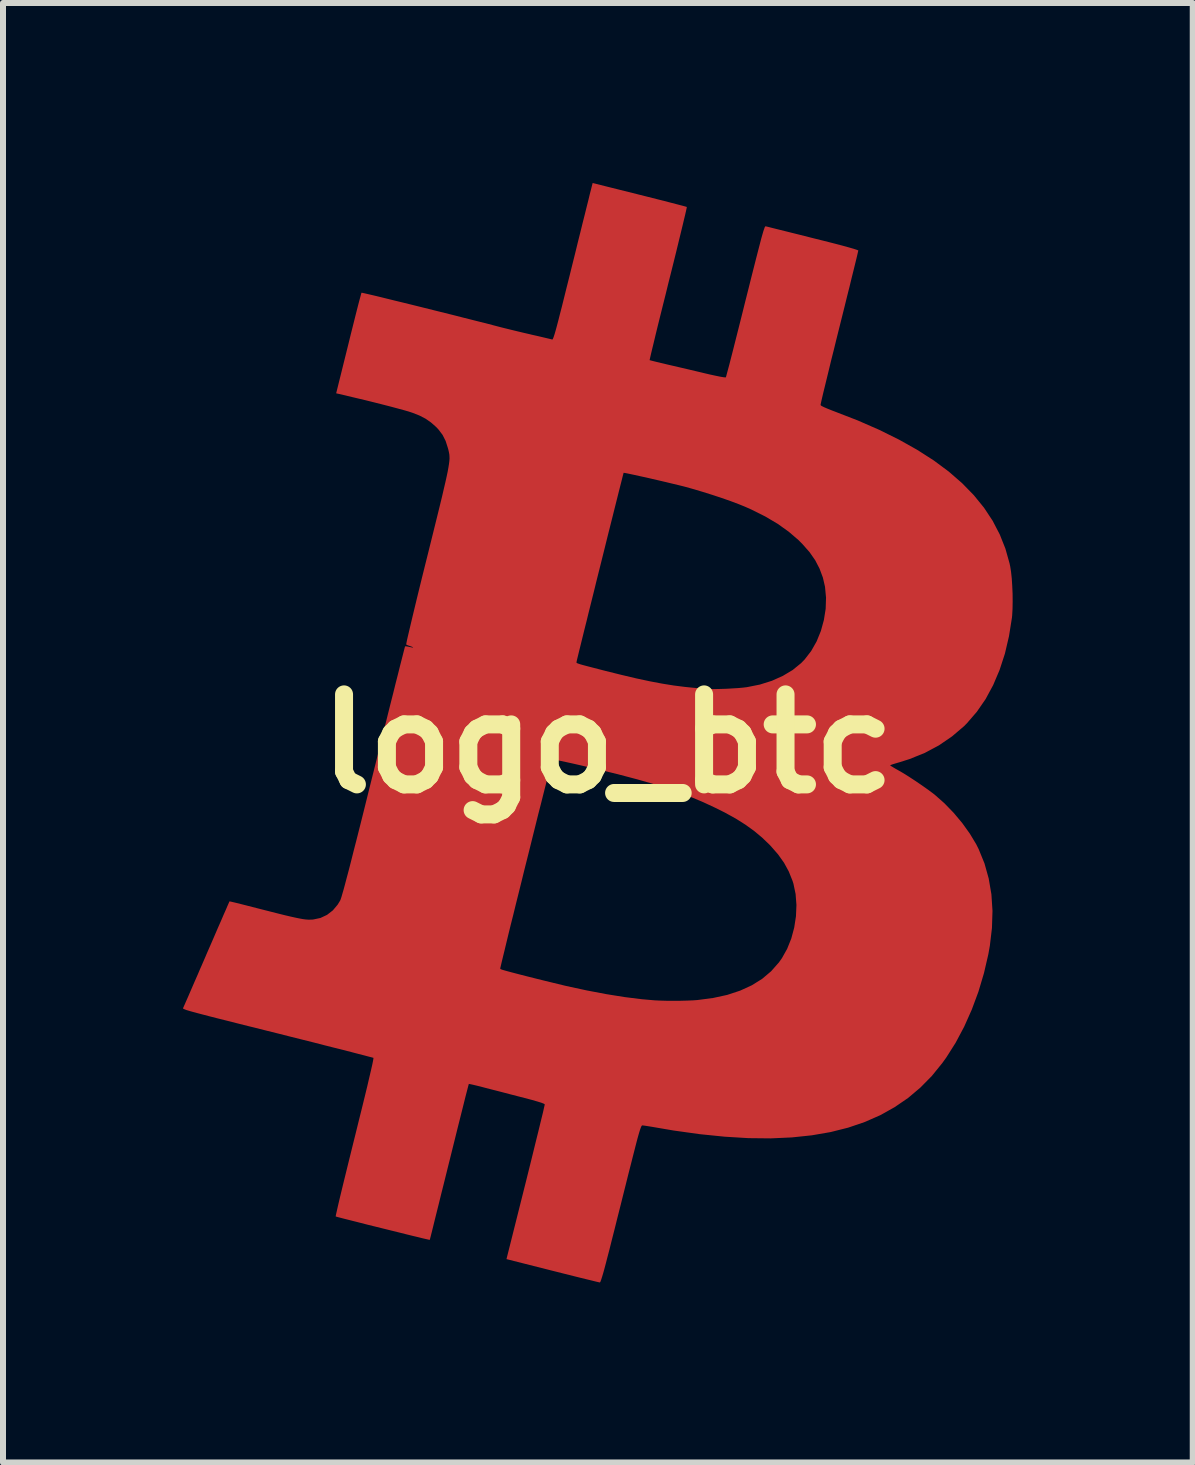
<source format=kicad_pcb>
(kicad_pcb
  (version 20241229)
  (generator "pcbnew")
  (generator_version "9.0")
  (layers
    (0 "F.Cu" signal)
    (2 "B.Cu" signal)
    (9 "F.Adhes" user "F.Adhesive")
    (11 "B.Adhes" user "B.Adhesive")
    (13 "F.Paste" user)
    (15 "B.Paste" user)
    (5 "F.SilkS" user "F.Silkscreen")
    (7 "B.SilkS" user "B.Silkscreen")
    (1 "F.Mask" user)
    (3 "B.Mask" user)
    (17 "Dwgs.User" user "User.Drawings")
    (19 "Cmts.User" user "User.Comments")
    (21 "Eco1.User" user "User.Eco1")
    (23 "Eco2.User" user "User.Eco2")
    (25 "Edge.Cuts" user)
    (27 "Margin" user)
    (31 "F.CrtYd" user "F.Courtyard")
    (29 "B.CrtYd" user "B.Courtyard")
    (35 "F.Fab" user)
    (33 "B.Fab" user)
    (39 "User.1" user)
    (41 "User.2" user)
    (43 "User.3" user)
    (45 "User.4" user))
  (footprint "logo_btc"
    (layer "F.Cu")
    (at 7.076 9.343)
    (property "Reference" "logo_btc" (at 0 0 0) (layer "F.SilkS") (effects (font (size 1.5 1.5) (thickness 0.3))))
    (attr board_only exclude_from_pos_files exclude_from_bom)
    (fp_poly (pts (xy 0.53 -9.148) (xy 0.677 -9.111) (xy 0.815 -9.076) (xy 0.942 -9.044) (xy 1.054 -9.015) (xy 1.15 -8.99) (xy 1.227 -8.97) (xy 1.283 -8.955) (xy 1.314 -8.946) (xy 1.319 -8.944) (xy 1.317 -8.929) (xy 1.308 -8.887) (xy 1.293 -8.821) (xy 1.272 -8.733) (xy 1.246 -8.624) (xy 1.215 -8.497) (xy 1.18 -8.353) (xy 1.142 -8.196) (xy 1.1 -8.026) (xy 1.055 -7.846) (xy 1.01 -7.667) (xy 0.964 -7.479) (xy 0.919 -7.3) (xy 0.877 -7.131) (xy 0.838 -6.974) (xy 0.803 -6.831) (xy 0.773 -6.705) (xy 0.747 -6.598) (xy 0.726 -6.511) (xy 0.711 -6.446) (xy 0.702 -6.406) (xy 0.699 -6.392) (xy 0.715 -6.387) (xy 0.755 -6.377) (xy 0.814 -6.362) (xy 0.888 -6.344) (xy 0.974 -6.324) (xy 0.981 -6.322) (xy 1.081 -6.299) (xy 1.201 -6.271) (xy 1.33 -6.241) (xy 1.461 -6.21) (xy 1.583 -6.181) (xy 1.607 -6.175) (xy 1.714 -6.15) (xy 1.807 -6.13) (xy 1.881 -6.115) (xy 1.935 -6.106) (xy 1.965 -6.104) (xy 1.969 -6.105) (xy 1.975 -6.121) (xy 1.986 -6.163) (xy 2.004 -6.23) (xy 2.028 -6.319) (xy 2.056 -6.429) (xy 2.089 -6.557) (xy 2.125 -6.7) (xy 2.165 -6.858) (xy 2.208 -7.028) (xy 2.253 -7.208) (xy 2.294 -7.373) (xy 2.35 -7.595) (xy 2.399 -7.791) (xy 2.442 -7.96) (xy 2.479 -8.106) (xy 2.511 -8.23) (xy 2.538 -8.334) (xy 2.56 -8.419) (xy 2.579 -8.486) (xy 2.594 -8.538) (xy 2.607 -8.576) (xy 2.616 -8.602) (xy 2.624 -8.616) (xy 2.629 -8.622) (xy 2.631 -8.622) (xy 2.65 -8.618) (xy 2.694 -8.607) (xy 2.761 -8.59) (xy 2.849 -8.568) (xy 2.954 -8.542) (xy 3.074 -8.512) (xy 3.207 -8.479) (xy 3.349 -8.443) (xy 3.416 -8.426) (xy 3.609 -8.378) (xy 3.774 -8.336) (xy 3.911 -8.3) (xy 4.02 -8.27) (xy 4.1 -8.247) (xy 4.152 -8.23) (xy 4.176 -8.22) (xy 4.177 -8.218) (xy 4.173 -8.201) (xy 4.163 -8.158) (xy 4.147 -8.09) (xy 4.125 -8) (xy 4.098 -7.89) (xy 4.066 -7.762) (xy 4.031 -7.617) (xy 3.991 -7.459) (xy 3.949 -7.288) (xy 3.904 -7.108) (xy 3.86 -6.932) (xy 3.813 -6.744) (xy 3.769 -6.564) (xy 3.726 -6.394) (xy 3.688 -6.236) (xy 3.653 -6.092) (xy 3.622 -5.965) (xy 3.595 -5.855) (xy 3.574 -5.766) (xy 3.559 -5.7) (xy 3.55 -5.658) (xy 3.548 -5.643) (xy 3.563 -5.629) (xy 3.605 -5.608) (xy 3.67 -5.58) (xy 3.756 -5.546) (xy 3.78 -5.537) (xy 4.167 -5.387) (xy 4.526 -5.23) (xy 4.857 -5.066) (xy 5.16 -4.896) (xy 5.436 -4.719) (xy 5.685 -4.534) (xy 5.907 -4.341) (xy 6.102 -4.141) (xy 6.272 -3.932) (xy 6.416 -3.714) (xy 6.534 -3.487) (xy 6.628 -3.251) (xy 6.697 -3.006) (xy 6.708 -2.955) (xy 6.722 -2.866) (xy 6.734 -2.755) (xy 6.742 -2.63) (xy 6.748 -2.498) (xy 6.749 -2.368) (xy 6.747 -2.246) (xy 6.741 -2.14) (xy 6.737 -2.1) (xy 6.688 -1.792) (xy 6.62 -1.501) (xy 6.531 -1.228) (xy 6.424 -0.976) (xy 6.298 -0.743) (xy 6.153 -0.533) (xy 5.991 -0.345) (xy 5.938 -0.291) (xy 5.738 -0.121) (xy 5.52 0.028) (xy 5.284 0.154) (xy 5.031 0.256) (xy 4.874 0.306) (xy 4.809 0.325) (xy 4.756 0.341) (xy 4.72 0.354) (xy 4.707 0.36) (xy 4.719 0.37) (xy 4.751 0.39) (xy 4.798 0.418) (xy 4.827 0.434) (xy 4.916 0.485) (xy 5.019 0.549) (xy 5.129 0.621) (xy 5.239 0.696) (xy 5.341 0.768) (xy 5.427 0.832) (xy 5.45 0.85) (xy 5.612 0.993) (xy 5.767 1.153) (xy 5.91 1.324) (xy 6.036 1.5) (xy 6.142 1.676) (xy 6.183 1.758) (xy 6.28 1.996) (xy 6.35 2.247) (xy 6.395 2.511) (xy 6.413 2.786) (xy 6.404 3.071) (xy 6.369 3.367) (xy 6.344 3.508) (xy 6.271 3.823) (xy 6.179 4.132) (xy 6.068 4.431) (xy 5.941 4.716) (xy 5.799 4.983) (xy 5.644 5.228) (xy 5.577 5.321) (xy 5.403 5.536) (xy 5.212 5.73) (xy 5.006 5.904) (xy 4.782 6.057) (xy 4.542 6.191) (xy 4.285 6.304) (xy 4.009 6.398) (xy 3.715 6.472) (xy 3.402 6.526) (xy 3.07 6.561) (xy 2.717 6.577) (xy 2.345 6.573) (xy 1.951 6.549) (xy 1.536 6.507) (xy 1.099 6.446) (xy 0.812 6.397) (xy 0.736 6.384) (xy 0.668 6.373) (xy 0.615 6.365) (xy 0.583 6.361) (xy 0.579 6.361) (xy 0.573 6.362) (xy 0.567 6.368) (xy 0.561 6.378) (xy 0.553 6.397) (xy 0.543 6.424) (xy 0.531 6.461) (xy 0.516 6.512) (xy 0.498 6.576) (xy 0.477 6.656) (xy 0.452 6.754) (xy 0.422 6.871) (xy 0.387 7.009) (xy 0.346 7.169) (xy 0.3 7.354) (xy 0.247 7.565) (xy 0.221 7.67) (xy 0.163 7.899) (xy 0.113 8.1) (xy 0.068 8.276) (xy 0.03 8.429) (xy -0.004 8.558) (xy -0.032 8.667) (xy -0.056 8.757) (xy -0.076 8.829) (xy -0.093 8.885) (xy -0.106 8.926) (xy -0.116 8.954) (xy -0.123 8.971) (xy -0.129 8.977) (xy -0.131 8.978) (xy -0.149 8.974) (xy -0.193 8.964) (xy -0.261 8.947) (xy -0.348 8.926) (xy -0.454 8.9) (xy -0.574 8.87) (xy -0.706 8.837) (xy -0.848 8.801) (xy -0.92 8.783) (xy -1.686 8.589) (xy -1.365 7.31) (xy -1.318 7.121) (xy -1.273 6.94) (xy -1.231 6.769) (xy -1.192 6.61) (xy -1.156 6.465) (xy -1.125 6.337) (xy -1.098 6.227) (xy -1.076 6.137) (xy -1.061 6.069) (xy -1.051 6.026) (xy -1.048 6.01) (xy -1.062 6) (xy -1.102 5.984) (xy -1.169 5.963) (xy -1.263 5.936) (xy -1.385 5.904) (xy -1.493 5.876) (xy -1.613 5.845) (xy -1.735 5.813) (xy -1.851 5.783) (xy -1.957 5.756) (xy -2.046 5.733) (xy -2.113 5.715) (xy -2.121 5.713) (xy -2.191 5.696) (xy -2.25 5.682) (xy -2.292 5.673) (xy -2.313 5.67) (xy -2.314 5.671) (xy -2.318 5.686) (xy -2.329 5.727) (xy -2.346 5.793) (xy -2.369 5.881) (xy -2.396 5.99) (xy -2.428 6.118) (xy -2.464 6.261) (xy -2.504 6.42) (xy -2.546 6.59) (xy -2.591 6.771) (xy -2.638 6.96) (xy -2.641 6.971) (xy -2.688 7.161) (xy -2.733 7.342) (xy -2.776 7.513) (xy -2.815 7.672) (xy -2.851 7.816) (xy -2.883 7.944) (xy -2.91 8.054) (xy -2.932 8.143) (xy -2.949 8.21) (xy -2.96 8.252) (xy -2.964 8.268) (xy -2.964 8.268) (xy -2.978 8.266) (xy -3.017 8.257) (xy -3.079 8.243) (xy -3.159 8.223) (xy -3.256 8.2) (xy -3.365 8.173) (xy -3.484 8.143) (xy -3.61 8.112) (xy -3.739 8.08) (xy -3.868 8.048) (xy -3.994 8.017) (xy -4.114 7.986) (xy -4.225 7.958) (xy -4.324 7.933) (xy -4.407 7.912) (xy -4.472 7.895) (xy -4.514 7.884) (xy -4.532 7.878) (xy -4.532 7.878) (xy -4.53 7.863) (xy -4.521 7.821) (xy -4.506 7.754) (xy -4.486 7.666) (xy -4.46 7.556) (xy -4.429 7.428) (xy -4.394 7.284) (xy -4.355 7.125) (xy -4.313 6.954) (xy -4.268 6.772) (xy -4.221 6.582) (xy -4.214 6.555) (xy -4.152 6.303) (xy -4.096 6.078) (xy -4.047 5.878) (xy -4.005 5.705) (xy -3.971 5.558) (xy -3.943 5.439) (xy -3.922 5.346) (xy -3.909 5.282) (xy -3.903 5.245) (xy -3.903 5.235) (xy -3.928 5.228) (xy -3.979 5.215) (xy -4.054 5.195) (xy -4.152 5.17) (xy -4.27 5.139) (xy -4.406 5.104) (xy -4.558 5.066) (xy -4.724 5.024) (xy -4.902 4.978) (xy -5.09 4.931) (xy -5.286 4.882) (xy -5.487 4.831) (xy -5.692 4.78) (xy -5.898 4.728) (xy -5.96 4.713) (xy -6.168 4.661) (xy -6.349 4.615) (xy -6.505 4.576) (xy -6.638 4.542) (xy -6.749 4.513) (xy -6.84 4.489) (xy -6.914 4.469) (xy -6.971 4.453) (xy -7.014 4.44) (xy -7.044 4.429) (xy -7.063 4.421) (xy -7.074 4.414) (xy -7.076 4.409) (xy -7.076 4.407) (xy -7.068 4.39) (xy -7.049 4.347) (xy -7.021 4.283) (xy -6.984 4.199) (xy -6.94 4.097) (xy -6.889 3.979) (xy -6.832 3.849) (xy -6.789 3.748) (xy -1.79 3.748) (xy -1.788 3.752) (xy -1.782 3.757) (xy -1.77 3.762) (xy -1.75 3.769) (xy -1.719 3.778) (xy -1.676 3.79) (xy -1.617 3.806) (xy -1.541 3.826) (xy -1.445 3.851) (xy -1.327 3.881) (xy -1.184 3.917) (xy -1.059 3.948) (xy -0.693 4.037) (xy -0.346 4.112) (xy -0.019 4.174) (xy 0.287 4.223) (xy 0.569 4.258) (xy 0.787 4.277) (xy 0.874 4.281) (xy 0.98 4.284) (xy 1.096 4.284) (xy 1.214 4.284) (xy 1.325 4.281) (xy 1.423 4.277) (xy 1.493 4.272) (xy 1.754 4.238) (xy 1.993 4.186) (xy 2.208 4.115) (xy 2.402 4.026) (xy 2.574 3.919) (xy 2.724 3.792) (xy 2.853 3.646) (xy 2.904 3.574) (xy 2.991 3.419) (xy 3.06 3.247) (xy 3.109 3.064) (xy 3.138 2.876) (xy 3.146 2.688) (xy 3.132 2.505) (xy 3.096 2.333) (xy 3.081 2.286) (xy 3.018 2.129) (xy 2.939 1.984) (xy 2.84 1.845) (xy 2.717 1.704) (xy 2.7 1.686) (xy 2.574 1.565) (xy 2.441 1.454) (xy 2.295 1.349) (xy 2.133 1.247) (xy 1.95 1.146) (xy 1.791 1.067) (xy 1.598 0.977) (xy 1.401 0.894) (xy 1.196 0.816) (xy 0.98 0.74) (xy 0.748 0.667) (xy 0.496 0.595) (xy 0.22 0.522) (xy 0.081 0.487) (xy -0.063 0.452) (xy -0.204 0.418) (xy -0.341 0.386) (xy -0.47 0.356) (xy -0.588 0.329) (xy -0.693 0.306) (xy -0.782 0.287) (xy -0.851 0.273) (xy -0.898 0.264) (xy -0.921 0.262) (xy -0.922 0.262) (xy -0.927 0.278) (xy -0.938 0.32) (xy -0.956 0.386) (xy -0.978 0.474) (xy -1.006 0.583) (xy -1.038 0.709) (xy -1.074 0.851) (xy -1.113 1.007) (xy -1.156 1.174) (xy -1.2 1.351) (xy -1.246 1.535) (xy -1.293 1.725) (xy -1.341 1.917) (xy -1.39 2.111) (xy -1.437 2.303) (xy -1.484 2.492) (xy -1.53 2.676) (xy -1.573 2.852) (xy -1.615 3.018) (xy -1.653 3.173) (xy -1.687 3.314) (xy -1.717 3.439) (xy -1.743 3.545) (xy -1.764 3.632) (xy -1.779 3.696) (xy -1.788 3.735) (xy -1.79 3.748) (xy -6.789 3.748) (xy -6.771 3.708) (xy -6.706 3.558) (xy -6.685 3.508) (xy -6.619 3.357) (xy -6.557 3.214) (xy -6.5 3.081) (xy -6.447 2.961) (xy -6.402 2.856) (xy -6.363 2.768) (xy -6.334 2.7) (xy -6.313 2.653) (xy -6.303 2.63) (xy -6.302 2.628) (xy -6.287 2.63) (xy -6.248 2.639) (xy -6.189 2.653) (xy -6.113 2.672) (xy -6.026 2.694) (xy -5.984 2.705) (xy -5.796 2.753) (xy -5.635 2.794) (xy -5.497 2.829) (xy -5.381 2.858) (xy -5.283 2.881) (xy -5.202 2.899) (xy -5.134 2.913) (xy -5.079 2.923) (xy -5.032 2.929) (xy -4.993 2.932) (xy -4.958 2.932) (xy -4.925 2.931) (xy -4.903 2.929) (xy -4.786 2.904) (xy -4.677 2.853) (xy -4.58 2.778) (xy -4.499 2.682) (xy -4.456 2.611) (xy -4.448 2.59) (xy -4.436 2.554) (xy -4.421 2.502) (xy -4.401 2.433) (xy -4.377 2.345) (xy -4.349 2.238) (xy -4.315 2.111) (xy -4.277 1.963) (xy -4.234 1.792) (xy -4.184 1.598) (xy -4.129 1.38) (xy -4.068 1.137) (xy -4.001 0.867) (xy -3.927 0.57) (xy -3.898 0.455) (xy -3.838 0.214) (xy -3.78 -0.019) (xy -3.724 -0.242) (xy -3.671 -0.455) (xy -3.621 -0.655) (xy -3.574 -0.84) (xy -3.532 -1.01) (xy -3.493 -1.163) (xy -3.46 -1.296) (xy -3.445 -1.354) (xy -0.52 -1.354) (xy -0.517 -1.348) (xy -0.507 -1.341) (xy -0.488 -1.334) (xy -0.456 -1.323) (xy -0.41 -1.31) (xy -0.346 -1.293) (xy -0.261 -1.271) (xy -0.153 -1.243) (xy -0.037 -1.213) (xy 0.233 -1.146) (xy 0.478 -1.088) (xy 0.702 -1.04) (xy 0.908 -1.001) (xy 1.1 -0.97) (xy 1.281 -0.947) (xy 1.397 -0.935) (xy 1.474 -0.928) (xy 1.545 -0.922) (xy 1.604 -0.916) (xy 1.64 -0.913) (xy 1.697 -0.91) (xy 1.776 -0.91) (xy 1.87 -0.912) (xy 1.973 -0.915) (xy 2.077 -0.921) (xy 2.176 -0.927) (xy 2.262 -0.935) (xy 2.32 -0.942) (xy 2.536 -0.985) (xy 2.736 -1.048) (xy 2.919 -1.13) (xy 3.083 -1.228) (xy 3.224 -1.343) (xy 3.283 -1.404) (xy 3.392 -1.545) (xy 3.482 -1.704) (xy 3.553 -1.878) (xy 3.603 -2.06) (xy 3.633 -2.247) (xy 3.639 -2.434) (xy 3.622 -2.615) (xy 3.587 -2.767) (xy 3.531 -2.917) (xy 3.459 -3.056) (xy 3.366 -3.19) (xy 3.249 -3.323) (xy 3.18 -3.393) (xy 3.018 -3.532) (xy 2.835 -3.663) (xy 2.627 -3.786) (xy 2.393 -3.903) (xy 2.287 -3.95) (xy 2.178 -3.994) (xy 2.048 -4.043) (xy 1.902 -4.094) (xy 1.748 -4.145) (xy 1.592 -4.194) (xy 1.442 -4.239) (xy 1.303 -4.278) (xy 1.265 -4.288) (xy 1.176 -4.31) (xy 1.076 -4.334) (xy 0.968 -4.36) (xy 0.857 -4.386) (xy 0.745 -4.412) (xy 0.637 -4.437) (xy 0.535 -4.459) (xy 0.445 -4.479) (xy 0.369 -4.495) (xy 0.312 -4.507) (xy 0.276 -4.513) (xy 0.266 -4.514) (xy 0.262 -4.499) (xy 0.251 -4.458) (xy 0.235 -4.393) (xy 0.213 -4.307) (xy 0.186 -4.2) (xy 0.155 -4.076) (xy 0.12 -3.937) (xy 0.082 -3.785) (xy 0.041 -3.622) (xy -0.002 -3.451) (xy -0.046 -3.273) (xy -0.091 -3.092) (xy -0.137 -2.908) (xy -0.183 -2.725) (xy -0.227 -2.545) (xy -0.271 -2.369) (xy -0.313 -2.201) (xy -0.352 -2.041) (xy -0.389 -1.894) (xy -0.422 -1.76) (xy -0.451 -1.642) (xy -0.476 -1.542) (xy -0.495 -1.463) (xy -0.509 -1.406) (xy -0.516 -1.374) (xy -0.517 -1.369) (xy -0.519 -1.361) (xy -0.52 -1.354) (xy -3.445 -1.354) (xy -3.431 -1.409) (xy -3.408 -1.499) (xy -3.391 -1.566) (xy -3.38 -1.608) (xy -3.376 -1.622) (xy -3.359 -1.623) (xy -3.324 -1.617) (xy -3.307 -1.613) (xy -3.262 -1.604) (xy -3.241 -1.602) (xy -3.246 -1.609) (xy -3.279 -1.622) (xy -3.29 -1.625) (xy -3.328 -1.639) (xy -3.354 -1.651) (xy -3.357 -1.654) (xy -3.355 -1.669) (xy -3.347 -1.711) (xy -3.332 -1.778) (xy -3.311 -1.867) (xy -3.285 -1.978) (xy -3.254 -2.108) (xy -3.219 -2.254) (xy -3.18 -2.416) (xy -3.137 -2.592) (xy -3.091 -2.779) (xy -3.042 -2.976) (xy -3 -3.144) (xy -2.939 -3.39) (xy -2.885 -3.608) (xy -2.837 -3.802) (xy -2.795 -3.973) (xy -2.759 -4.121) (xy -2.729 -4.251) (xy -2.703 -4.362) (xy -2.682 -4.457) (xy -2.665 -4.538) (xy -2.653 -4.605) (xy -2.644 -4.662) (xy -2.638 -4.71) (xy -2.635 -4.751) (xy -2.636 -4.786) (xy -2.638 -4.817) (xy -2.643 -4.846) (xy -2.649 -4.875) (xy -2.656 -4.905) (xy -2.662 -4.926) (xy -2.7 -5.045) (xy -2.751 -5.146) (xy -2.821 -5.238) (xy -2.861 -5.28) (xy -2.945 -5.354) (xy -3.033 -5.415) (xy -3.135 -5.468) (xy -3.257 -5.516) (xy -3.261 -5.517) (xy -3.315 -5.535) (xy -3.395 -5.558) (xy -3.495 -5.585) (xy -3.614 -5.617) (xy -3.746 -5.651) (xy -3.888 -5.687) (xy -4.037 -5.724) (xy -4.189 -5.76) (xy -4.34 -5.796) (xy -4.376 -5.805) (xy -4.524 -5.839) (xy -4.317 -6.673) (xy -4.28 -6.824) (xy -4.244 -6.967) (xy -4.211 -7.099) (xy -4.181 -7.218) (xy -4.155 -7.32) (xy -4.133 -7.403) (xy -4.116 -7.465) (xy -4.106 -7.503) (xy -4.102 -7.515) (xy -4.087 -7.513) (xy -4.046 -7.504) (xy -3.981 -7.489) (xy -3.895 -7.469) (xy -3.791 -7.444) (xy -3.67 -7.414) (xy -3.536 -7.381) (xy -3.391 -7.346) (xy -3.237 -7.308) (xy -3.076 -7.268) (xy -2.912 -7.227) (xy -2.747 -7.186) (xy -2.582 -7.145) (xy -2.422 -7.104) (xy -2.267 -7.065) (xy -2.121 -7.028) (xy -1.986 -6.994) (xy -1.865 -6.962) (xy -1.761 -6.935) (xy -1.692 -6.918) (xy -1.603 -6.896) (xy -1.5 -6.871) (xy -1.391 -6.845) (xy -1.283 -6.82) (xy -1.268 -6.816) (xy -1.174 -6.795) (xy -1.089 -6.775) (xy -1.017 -6.758) (xy -0.962 -6.745) (xy -0.93 -6.737) (xy -0.924 -6.735) (xy -0.919 -6.737) (xy -0.913 -6.746) (xy -0.905 -6.764) (xy -0.895 -6.792) (xy -0.882 -6.833) (xy -0.866 -6.888) (xy -0.847 -6.958) (xy -0.824 -7.045) (xy -0.797 -7.152) (xy -0.764 -7.279) (xy -0.727 -7.428) (xy -0.684 -7.601) (xy -0.634 -7.8) (xy -0.589 -7.982) (xy -0.542 -8.17) (xy -0.498 -8.351) (xy -0.455 -8.522) (xy -0.416 -8.681) (xy -0.379 -8.827) (xy -0.347 -8.957) (xy -0.319 -9.068) (xy -0.297 -9.16) (xy -0.279 -9.229) (xy -0.268 -9.273) (xy -0.264 -9.29) (xy -0.25 -9.343)) (stroke (width 0) (type solid)) (fill yes) (layer "F.Cu")))
  (gr_rect
    (start -3 -3)
    (end 16.826 21.321)
    (stroke (width 0.1) (type default))
    (fill no)
    (layer "Edge.Cuts")))
</source>
